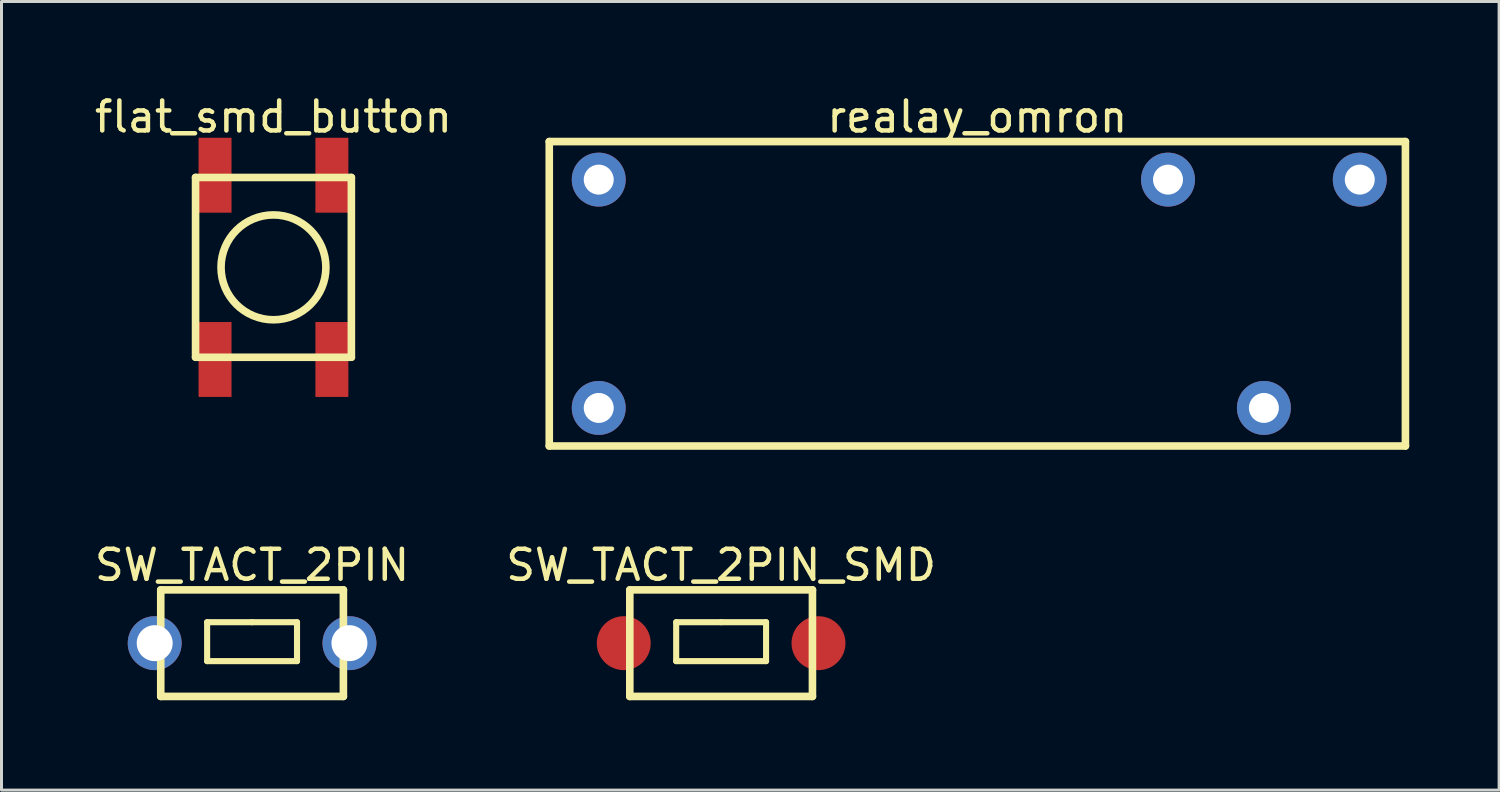
<source format=kicad_pcb>
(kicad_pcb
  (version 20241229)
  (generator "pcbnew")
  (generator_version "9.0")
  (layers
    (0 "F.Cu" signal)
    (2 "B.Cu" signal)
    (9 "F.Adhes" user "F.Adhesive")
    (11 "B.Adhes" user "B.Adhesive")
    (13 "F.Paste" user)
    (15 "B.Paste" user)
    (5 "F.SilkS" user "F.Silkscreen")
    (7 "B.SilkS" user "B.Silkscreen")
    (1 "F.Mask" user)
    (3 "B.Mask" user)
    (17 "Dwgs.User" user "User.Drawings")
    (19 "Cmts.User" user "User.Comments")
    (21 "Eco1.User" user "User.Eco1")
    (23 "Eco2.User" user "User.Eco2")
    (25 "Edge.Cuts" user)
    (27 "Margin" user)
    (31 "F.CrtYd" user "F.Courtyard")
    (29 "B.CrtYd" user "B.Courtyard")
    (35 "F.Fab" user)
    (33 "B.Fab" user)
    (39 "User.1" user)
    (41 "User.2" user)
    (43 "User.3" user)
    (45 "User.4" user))
  (footprint "SW_TACT_2PIN"
    (layer "F.Cu")
    (at 5.363 18.416)
    (property "Reference" "SW_TACT_2PIN" (at 0 -2.605 0) (layer "F.SilkS") (effects (font (size 1 1) (thickness 0.15))))
    (fp_line (start -3.048 -1.778) (end 3.048 -1.778) (stroke (width 0.254) (type solid)) (layer "F.SilkS"))
    (fp_line (start -3.048 1.778) (end -3.048 -1.778) (stroke (width 0.254) (type solid)) (layer "F.SilkS"))
    (fp_line (start -3.048 1.778) (end 3.048 1.778) (stroke (width 0.254) (type solid)) (layer "F.SilkS"))
    (fp_line (start -1.5 -0.7) (end 0 -0.7) (stroke (width 0.203) (type solid)) (layer "F.SilkS"))
    (fp_line (start -1.5 0.6) (end -1.5 -0.7) (stroke (width 0.203) (type solid)) (layer "F.SilkS"))
    (fp_line (start -1.5 0.6) (end 1.5 0.6) (stroke (width 0.203) (type solid)) (layer "F.SilkS"))
    (fp_line (start 0 -0.7) (end 1.5 -0.7) (stroke (width 0.203) (type solid)) (layer "F.SilkS"))
    (fp_line (start 1.5 0.6) (end 1.5 -0.7) (stroke (width 0.203) (type solid)) (layer "F.SilkS"))
    (fp_line (start 3.048 1.778) (end 3.048 -1.778) (stroke (width 0.254) (type solid)) (layer "F.SilkS"))
    (pad "1" thru_hole circle (at -3.25 0) (size 1.8 1.8) (drill 1.2) (layers "*.Cu" "*.Mask"))
    (pad "2" thru_hole circle (at 3.25 0) (size 1.8 1.8) (drill 1.2) (layers "*.Cu" "*.Mask")))
  (footprint "realay_omron"
    (layer "F.Cu")
    (at 16.933 10.565)
    (property "Reference" "realay_omron" (at 12.636 -9.717 0) (layer "F.SilkS") (effects (font (size 1 1) (thickness 0.15))))
    (fp_line (start -1.651 -8.89) (end 26.924 -8.89) (stroke (width 0.254) (type solid)) (layer "F.SilkS"))
    (fp_line (start -1.651 1.27) (end -1.651 -8.89) (stroke (width 0.254) (type solid)) (layer "F.SilkS"))
    (fp_line (start -1.651 1.27) (end 26.924 1.27) (stroke (width 0.254) (type solid)) (layer "F.SilkS"))
    (fp_line (start 26.924 1.27) (end 26.924 -8.89) (stroke (width 0.254) (type solid)) (layer "F.SilkS"))
    (pad "1" thru_hole circle (at 0 -7.62) (size 1.8 1.8) (drill 1) (layers "*.Cu" "*.Mask"))
    (pad "2" thru_hole circle (at 19 -7.62) (size 1.8 1.8) (drill 1) (layers "*.Cu" "*.Mask"))
    (pad "3" thru_hole circle (at 25.4 -7.62) (size 1.8 1.8) (drill 1) (layers "*.Cu" "*.Mask"))
    (pad "4" thru_hole circle (at 22.2 0) (size 1.8 1.8) (drill 1) (layers "*.Cu" "*.Mask"))
    (pad "5" thru_hole circle (at 0 0) (size 1.8 1.8) (drill 1) (layers "*.Cu" "*.Mask")))
  (footprint "SW_TACT_2PIN_SMD"
    (layer "F.Cu")
    (at 21.018 18.416)
    (property "Reference" "SW_TACT_2PIN_SMD" (at 0 -2.605 0) (layer "F.SilkS") (effects (font (size 1 1) (thickness 0.15))))
    (fp_line (start -3.048 -1.778) (end 3.048 -1.778) (stroke (width 0.254) (type solid)) (layer "F.SilkS"))
    (fp_line (start -3.048 1.778) (end -3.048 -1.778) (stroke (width 0.254) (type solid)) (layer "F.SilkS"))
    (fp_line (start -3.048 1.778) (end 3.048 1.778) (stroke (width 0.254) (type solid)) (layer "F.SilkS"))
    (fp_line (start -1.5 -0.7) (end 0 -0.7) (stroke (width 0.203) (type solid)) (layer "F.SilkS"))
    (fp_line (start -1.5 0.6) (end -1.5 -0.7) (stroke (width 0.203) (type solid)) (layer "F.SilkS"))
    (fp_line (start -1.5 0.6) (end 1.5 0.6) (stroke (width 0.203) (type solid)) (layer "F.SilkS"))
    (fp_line (start 0 -0.7) (end 1.5 -0.7) (stroke (width 0.203) (type solid)) (layer "F.SilkS"))
    (fp_line (start 1.5 0.6) (end 1.5 -0.7) (stroke (width 0.203) (type solid)) (layer "F.SilkS"))
    (fp_line (start 3.048 1.778) (end 3.048 -1.778) (stroke (width 0.254) (type solid)) (layer "F.SilkS"))
    (pad "1" smd circle (at -3.25 0) (size 1.8 1.8) (layers "F.Cu" "F.Mask" "F.Paste"))
    (pad "2" smd circle (at 3.25 0) (size 1.8 1.8) (layers "F.Cu" "F.Mask" "F.Paste")))
  (footprint "flat_smd_button"
    (layer "F.Cu")
    (at 6.077 5.873)
    (property "Reference" "flat_smd_button" (at 0 -5.025 0) (layer "F.SilkS") (effects (font (size 1 1) (thickness 0.15))))
    (fp_line (start -2.6 -3) (end 2.6 -3) (stroke (width 0.254) (type solid)) (layer "F.SilkS"))
    (fp_line (start -2.6 3) (end -2.6 -3) (stroke (width 0.254) (type solid)) (layer "F.SilkS"))
    (fp_line (start -2.6 3) (end 2.6 3) (stroke (width 0.254) (type solid)) (layer "F.SilkS"))
    (fp_line (start 2.6 3) (end 2.6 -3) (stroke (width 0.254) (type solid)) (layer "F.SilkS"))
    (fp_circle (center 0 0) (end 0 -1.75) (stroke (width 0.254) (type solid)) (fill no) (layer "F.SilkS"))
    (pad "1" smd rect (at 1.95 -3.075 180) (size 1.1 2.5) (layers "F.Cu" "F.Mask" "F.Paste"))
    (pad "2" smd rect (at 1.95 3.075 180) (size 1.1 2.5) (layers "F.Cu" "F.Mask" "F.Paste"))
    (pad "3" smd rect (at -1.95 -3.075 180) (size 1.1 2.5) (layers "F.Cu" "F.Mask" "F.Paste"))
    (pad "4" smd rect (at -1.95 3.075 180) (size 1.1 2.5) (layers "F.Cu" "F.Mask" "F.Paste")))
  (gr_rect
    (start -3 -3)
    (end 46.984 23.32)
    (stroke (width 0.1) (type default))
    (fill no)
    (layer "Edge.Cuts")))
</source>
